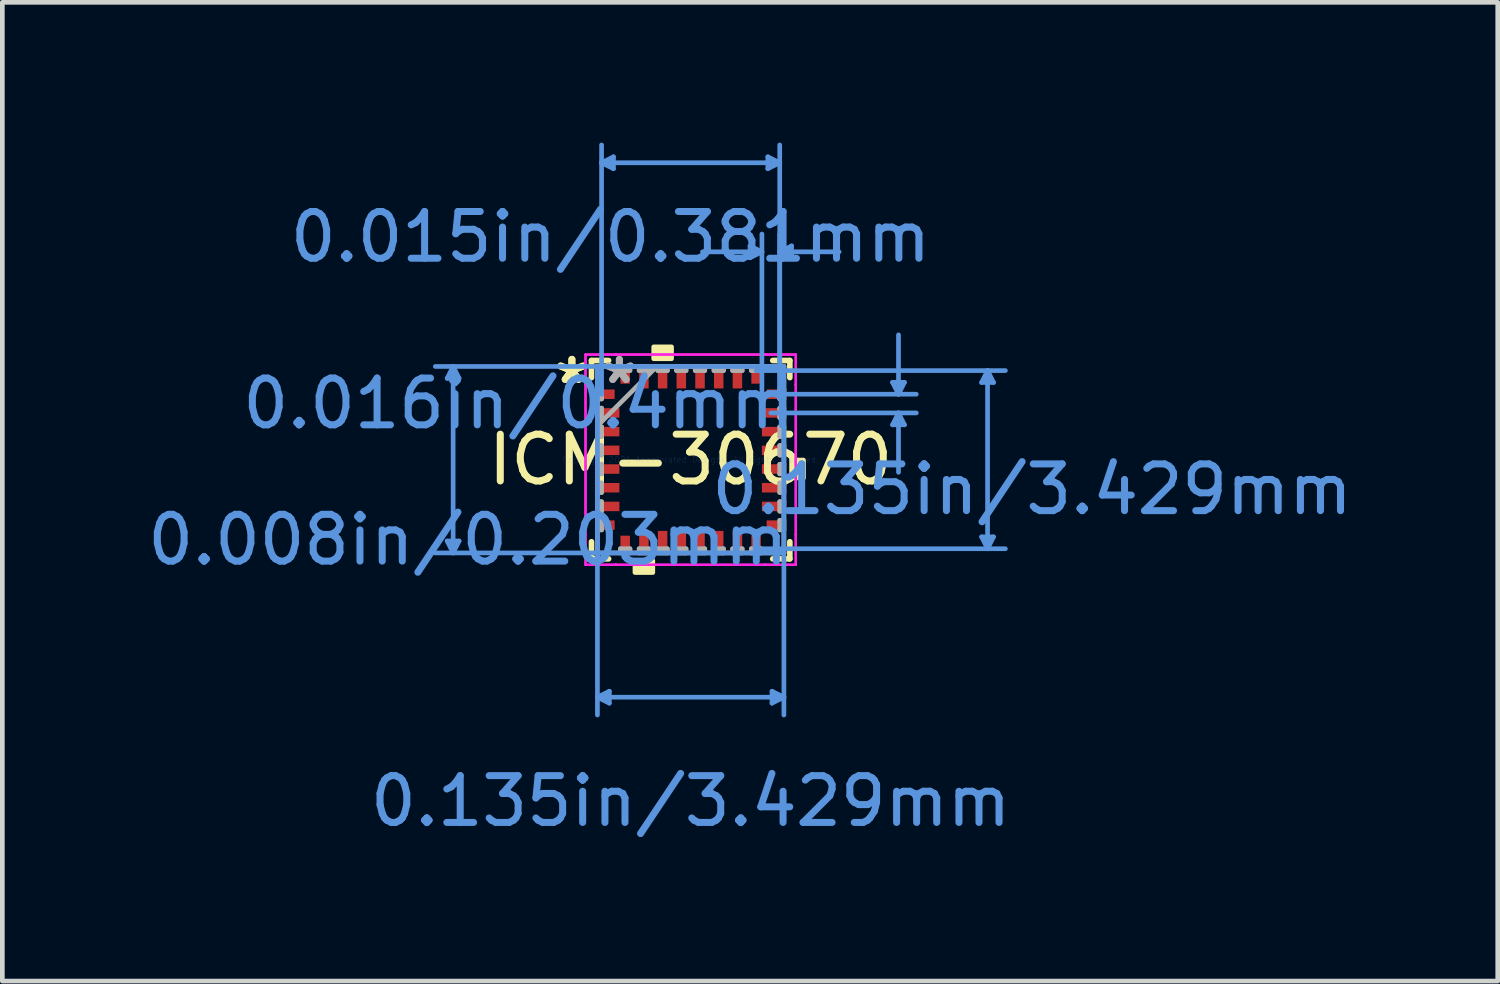
<source format=kicad_pcb>
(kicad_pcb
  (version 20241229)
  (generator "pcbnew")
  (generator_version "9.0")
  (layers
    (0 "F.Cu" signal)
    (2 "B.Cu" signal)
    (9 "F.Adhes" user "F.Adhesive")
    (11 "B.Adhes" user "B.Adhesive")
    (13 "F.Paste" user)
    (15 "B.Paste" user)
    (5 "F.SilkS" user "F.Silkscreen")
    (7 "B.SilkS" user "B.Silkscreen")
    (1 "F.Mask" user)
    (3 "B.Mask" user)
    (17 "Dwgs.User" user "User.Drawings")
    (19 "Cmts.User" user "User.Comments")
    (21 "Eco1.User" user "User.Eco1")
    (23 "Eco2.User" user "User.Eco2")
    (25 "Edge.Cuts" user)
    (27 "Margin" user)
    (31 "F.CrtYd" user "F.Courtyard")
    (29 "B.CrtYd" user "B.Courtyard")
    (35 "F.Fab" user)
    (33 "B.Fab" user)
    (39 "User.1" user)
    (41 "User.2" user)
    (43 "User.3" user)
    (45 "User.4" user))
  (footprint "ICM-30670"
    (layer "F.Cu")
    (at 11.721 6.781)
    (property "Reference" "ICM-30670" (at 0 0 0) (layer "F.SilkS") (effects (font (size 1 1) (thickness 0.15))))
    (attr through_hole)
    (fp_line (start -2.121 -2.121) (end -2.121 -1.755) (stroke (width 0.12) (type solid)) (layer "F.SilkS"))
    (fp_line (start -2.121 1.755) (end -2.121 2.121) (stroke (width 0.12) (type solid)) (layer "F.SilkS"))
    (fp_line (start -2.121 2.121) (end -1.755 2.121) (stroke (width 0.12) (type solid)) (layer "F.SilkS"))
    (fp_line (start -1.755 -2.121) (end -2.121 -2.121) (stroke (width 0.12) (type solid)) (layer "F.SilkS"))
    (fp_line (start 1.755 2.121) (end 2.121 2.121) (stroke (width 0.12) (type solid)) (layer "F.SilkS"))
    (fp_line (start 2.121 -2.121) (end 1.755 -2.121) (stroke (width 0.12) (type solid)) (layer "F.SilkS"))
    (fp_line (start 2.121 -1.755) (end 2.121 -2.121) (stroke (width 0.12) (type solid)) (layer "F.SilkS"))
    (fp_line (start 2.121 2.121) (end 2.121 1.755) (stroke (width 0.12) (type solid)) (layer "F.SilkS"))
    (fp_poly (pts (xy -1.191 2.159) (xy -1.191 2.413) (xy -0.81 2.413) (xy -0.81 2.159)) (stroke (width 0.1) (type solid)) (fill yes) (layer "F.SilkS"))
    (fp_poly (pts (xy -0.79 -2.159) (xy -0.79 -2.413) (xy -0.409 -2.413) (xy -0.409 -2.159)) (stroke (width 0.1) (type solid)) (fill yes) (layer "F.SilkS"))
    (fp_poly (pts (xy 2.413 0.009) (xy 2.413 0.391) (xy 2.159 0.391) (xy 2.159 0.009)) (stroke (width 0.1) (type solid)) (fill yes) (layer "F.SilkS"))
    (fp_line (start -5.207 -1.74) (end -4.953 -1.74) (stroke (width 0.1) (type solid)) (layer "Cmts.User"))
    (fp_line (start -5.207 1.74) (end -4.953 1.74) (stroke (width 0.1) (type solid)) (layer "Cmts.User"))
    (fp_line (start -5.08 -1.994) (end -5.207 -1.74) (stroke (width 0.1) (type solid)) (layer "Cmts.User"))
    (fp_line (start -5.08 -1.994) (end -5.08 1.994) (stroke (width 0.1) (type solid)) (layer "Cmts.User"))
    (fp_line (start -5.08 -1.994) (end -4.953 -1.74) (stroke (width 0.1) (type solid)) (layer "Cmts.User"))
    (fp_line (start -5.08 1.994) (end -5.207 1.74) (stroke (width 0.1) (type solid)) (layer "Cmts.User"))
    (fp_line (start -5.08 1.994) (end -4.953 1.74) (stroke (width 0.1) (type solid)) (layer "Cmts.User"))
    (fp_line (start -1.994 -1.994) (end -1.994 5.461) (stroke (width 0.1) (type solid)) (layer "Cmts.User"))
    (fp_line (start -1.994 5.08) (end -1.74 4.953) (stroke (width 0.1) (type solid)) (layer "Cmts.User"))
    (fp_line (start -1.994 5.08) (end -1.74 5.207) (stroke (width 0.1) (type solid)) (layer "Cmts.User"))
    (fp_line (start -1.994 5.08) (end 1.994 5.08) (stroke (width 0.1) (type solid)) (layer "Cmts.User"))
    (fp_line (start -1.905 -6.35) (end -1.651 -6.477) (stroke (width 0.1) (type solid)) (layer "Cmts.User"))
    (fp_line (start -1.905 -6.35) (end -1.651 -6.223) (stroke (width 0.1) (type solid)) (layer "Cmts.User"))
    (fp_line (start -1.905 -6.35) (end 1.905 -6.35) (stroke (width 0.1) (type solid)) (layer "Cmts.User"))
    (fp_line (start -1.905 -1.4) (end -1.905 -6.731) (stroke (width 0.1) (type solid)) (layer "Cmts.User"))
    (fp_line (start -1.74 4.953) (end -1.74 5.207) (stroke (width 0.1) (type solid)) (layer "Cmts.User"))
    (fp_line (start -1.651 -6.477) (end -1.651 -6.223) (stroke (width 0.1) (type solid)) (layer "Cmts.User"))
    (fp_line (start 1.27 -4.572) (end 1.27 -4.318) (stroke (width 0.1) (type solid)) (layer "Cmts.User"))
    (fp_line (start 1.4 -1.905) (end 6.731 -1.905) (stroke (width 0.1) (type solid)) (layer "Cmts.User"))
    (fp_line (start 1.4 1.905) (end 6.731 1.905) (stroke (width 0.1) (type solid)) (layer "Cmts.User"))
    (fp_line (start 1.524 -4.445) (end 0.254 -4.445) (stroke (width 0.1) (type solid)) (layer "Cmts.User"))
    (fp_line (start 1.524 -4.445) (end 1.27 -4.572) (stroke (width 0.1) (type solid)) (layer "Cmts.User"))
    (fp_line (start 1.524 -4.445) (end 1.27 -4.318) (stroke (width 0.1) (type solid)) (layer "Cmts.User"))
    (fp_line (start 1.524 -1.4) (end 1.524 -4.826) (stroke (width 0.1) (type solid)) (layer "Cmts.User"))
    (fp_line (start 1.651 -6.477) (end 1.651 -6.223) (stroke (width 0.1) (type solid)) (layer "Cmts.User"))
    (fp_line (start 1.714 -1.4) (end 4.826 -1.4) (stroke (width 0.1) (type solid)) (layer "Cmts.User"))
    (fp_line (start 1.714 -1) (end 4.826 -1) (stroke (width 0.1) (type solid)) (layer "Cmts.User"))
    (fp_line (start 1.74 4.953) (end 1.74 5.207) (stroke (width 0.1) (type solid)) (layer "Cmts.User"))
    (fp_line (start 1.905 -6.35) (end 1.651 -6.477) (stroke (width 0.1) (type solid)) (layer "Cmts.User"))
    (fp_line (start 1.905 -6.35) (end 1.651 -6.223) (stroke (width 0.1) (type solid)) (layer "Cmts.User"))
    (fp_line (start 1.905 -4.445) (end 2.159 -4.572) (stroke (width 0.1) (type solid)) (layer "Cmts.User"))
    (fp_line (start 1.905 -4.445) (end 2.159 -4.318) (stroke (width 0.1) (type solid)) (layer "Cmts.User"))
    (fp_line (start 1.905 -4.445) (end 3.175 -4.445) (stroke (width 0.1) (type solid)) (layer "Cmts.User"))
    (fp_line (start 1.905 -1.4) (end 1.905 -6.731) (stroke (width 0.1) (type solid)) (layer "Cmts.User"))
    (fp_line (start 1.905 -1.4) (end 1.905 -4.826) (stroke (width 0.1) (type solid)) (layer "Cmts.User"))
    (fp_line (start 1.994 -1.994) (end -5.461 -1.994) (stroke (width 0.1) (type solid)) (layer "Cmts.User"))
    (fp_line (start 1.994 -1.994) (end 1.994 5.461) (stroke (width 0.1) (type solid)) (layer "Cmts.User"))
    (fp_line (start 1.994 1.994) (end -5.461 1.994) (stroke (width 0.1) (type solid)) (layer "Cmts.User"))
    (fp_line (start 1.994 5.08) (end 1.74 4.953) (stroke (width 0.1) (type solid)) (layer "Cmts.User"))
    (fp_line (start 1.994 5.08) (end 1.74 5.207) (stroke (width 0.1) (type solid)) (layer "Cmts.User"))
    (fp_line (start 2.159 -4.572) (end 2.159 -4.318) (stroke (width 0.1) (type solid)) (layer "Cmts.User"))
    (fp_line (start 4.318 -1.654) (end 4.572 -1.654) (stroke (width 0.1) (type solid)) (layer "Cmts.User"))
    (fp_line (start 4.318 -0.746) (end 4.572 -0.746) (stroke (width 0.1) (type solid)) (layer "Cmts.User"))
    (fp_line (start 4.445 -1.4) (end 4.318 -1.654) (stroke (width 0.1) (type solid)) (layer "Cmts.User"))
    (fp_line (start 4.445 -1.4) (end 4.445 -2.67) (stroke (width 0.1) (type solid)) (layer "Cmts.User"))
    (fp_line (start 4.445 -1.4) (end 4.572 -1.654) (stroke (width 0.1) (type solid)) (layer "Cmts.User"))
    (fp_line (start 4.445 -1) (end 4.318 -0.746) (stroke (width 0.1) (type solid)) (layer "Cmts.User"))
    (fp_line (start 4.445 -1) (end 4.445 0.27) (stroke (width 0.1) (type solid)) (layer "Cmts.User"))
    (fp_line (start 4.445 -1) (end 4.572 -0.746) (stroke (width 0.1) (type solid)) (layer "Cmts.User"))
    (fp_line (start 6.223 -1.651) (end 6.477 -1.651) (stroke (width 0.1) (type solid)) (layer "Cmts.User"))
    (fp_line (start 6.223 1.651) (end 6.477 1.651) (stroke (width 0.1) (type solid)) (layer "Cmts.User"))
    (fp_line (start 6.35 -1.905) (end 6.223 -1.651) (stroke (width 0.1) (type solid)) (layer "Cmts.User"))
    (fp_line (start 6.35 -1.905) (end 6.35 1.905) (stroke (width 0.1) (type solid)) (layer "Cmts.User"))
    (fp_line (start 6.35 -1.905) (end 6.477 -1.651) (stroke (width 0.1) (type solid)) (layer "Cmts.User"))
    (fp_line (start 6.35 1.905) (end 6.223 1.651) (stroke (width 0.1) (type solid)) (layer "Cmts.User"))
    (fp_line (start 6.35 1.905) (end 6.477 1.651) (stroke (width 0.1) (type solid)) (layer "Cmts.User"))
    (fp_line (start -2.248 -2.248) (end -1.6 -2.248) (stroke (width 0.05) (type solid)) (layer "F.CrtYd"))
    (fp_line (start -2.248 -2.248) (end -1.6 -2.248) (stroke (width 0.05) (type solid)) (layer "F.CrtYd"))
    (fp_line (start -2.248 -1.6) (end -2.248 -2.248) (stroke (width 0.05) (type solid)) (layer "F.CrtYd"))
    (fp_line (start -2.248 -1.6) (end -2.248 -2.248) (stroke (width 0.05) (type solid)) (layer "F.CrtYd"))
    (fp_line (start -2.248 -1.6) (end -2.248 -1.6) (stroke (width 0.05) (type solid)) (layer "F.CrtYd"))
    (fp_line (start -2.248 -1.6) (end -2.248 -1.6) (stroke (width 0.05) (type solid)) (layer "F.CrtYd"))
    (fp_line (start -2.248 1.6) (end -2.248 -1.6) (stroke (width 0.05) (type solid)) (layer "F.CrtYd"))
    (fp_line (start -2.248 1.6) (end -2.248 -1.6) (stroke (width 0.05) (type solid)) (layer "F.CrtYd"))
    (fp_line (start -2.248 1.6) (end -2.248 1.6) (stroke (width 0.05) (type solid)) (layer "F.CrtYd"))
    (fp_line (start -2.248 1.6) (end -2.248 1.6) (stroke (width 0.05) (type solid)) (layer "F.CrtYd"))
    (fp_line (start -2.248 2.248) (end -2.248 1.6) (stroke (width 0.05) (type solid)) (layer "F.CrtYd"))
    (fp_line (start -2.248 2.248) (end -2.248 1.6) (stroke (width 0.05) (type solid)) (layer "F.CrtYd"))
    (fp_line (start -1.6 -2.248) (end -1.6 -2.248) (stroke (width 0.05) (type solid)) (layer "F.CrtYd"))
    (fp_line (start -1.6 -2.248) (end -1.6 -2.248) (stroke (width 0.05) (type solid)) (layer "F.CrtYd"))
    (fp_line (start -1.6 -2.248) (end 1.6 -2.248) (stroke (width 0.05) (type solid)) (layer "F.CrtYd"))
    (fp_line (start -1.6 -2.248) (end 1.6 -2.248) (stroke (width 0.05) (type solid)) (layer "F.CrtYd"))
    (fp_line (start -1.6 2.248) (end -2.248 2.248) (stroke (width 0.05) (type solid)) (layer "F.CrtYd"))
    (fp_line (start -1.6 2.248) (end -2.248 2.248) (stroke (width 0.05) (type solid)) (layer "F.CrtYd"))
    (fp_line (start -1.6 2.248) (end -1.6 2.248) (stroke (width 0.05) (type solid)) (layer "F.CrtYd"))
    (fp_line (start -1.6 2.248) (end -1.6 2.248) (stroke (width 0.05) (type solid)) (layer "F.CrtYd"))
    (fp_line (start 1.6 -2.248) (end 1.6 -2.248) (stroke (width 0.05) (type solid)) (layer "F.CrtYd"))
    (fp_line (start 1.6 -2.248) (end 1.6 -2.248) (stroke (width 0.05) (type solid)) (layer "F.CrtYd"))
    (fp_line (start 1.6 -2.248) (end 2.248 -2.248) (stroke (width 0.05) (type solid)) (layer "F.CrtYd"))
    (fp_line (start 1.6 -2.248) (end 2.248 -2.248) (stroke (width 0.05) (type solid)) (layer "F.CrtYd"))
    (fp_line (start 1.6 2.248) (end -1.6 2.248) (stroke (width 0.05) (type solid)) (layer "F.CrtYd"))
    (fp_line (start 1.6 2.248) (end -1.6 2.248) (stroke (width 0.05) (type solid)) (layer "F.CrtYd"))
    (fp_line (start 1.6 2.248) (end 1.6 2.248) (stroke (width 0.05) (type solid)) (layer "F.CrtYd"))
    (fp_line (start 1.6 2.248) (end 1.6 2.248) (stroke (width 0.05) (type solid)) (layer "F.CrtYd"))
    (fp_line (start 2.248 -2.248) (end 2.248 -1.6) (stroke (width 0.05) (type solid)) (layer "F.CrtYd"))
    (fp_line (start 2.248 -2.248) (end 2.248 -1.6) (stroke (width 0.05) (type solid)) (layer "F.CrtYd"))
    (fp_line (start 2.248 -1.6) (end 2.248 -1.6) (stroke (width 0.05) (type solid)) (layer "F.CrtYd"))
    (fp_line (start 2.248 -1.6) (end 2.248 -1.6) (stroke (width 0.05) (type solid)) (layer "F.CrtYd"))
    (fp_line (start 2.248 -1.6) (end 2.248 1.6) (stroke (width 0.05) (type solid)) (layer "F.CrtYd"))
    (fp_line (start 2.248 -1.6) (end 2.248 1.6) (stroke (width 0.05) (type solid)) (layer "F.CrtYd"))
    (fp_line (start 2.248 1.6) (end 2.248 1.6) (stroke (width 0.05) (type solid)) (layer "F.CrtYd"))
    (fp_line (start 2.248 1.6) (end 2.248 1.6) (stroke (width 0.05) (type solid)) (layer "F.CrtYd"))
    (fp_line (start 2.248 1.6) (end 2.248 2.248) (stroke (width 0.05) (type solid)) (layer "F.CrtYd"))
    (fp_line (start 2.248 1.6) (end 2.248 2.248) (stroke (width 0.05) (type solid)) (layer "F.CrtYd"))
    (fp_line (start 2.248 2.248) (end 1.6 2.248) (stroke (width 0.05) (type solid)) (layer "F.CrtYd"))
    (fp_line (start 2.248 2.248) (end 1.6 2.248) (stroke (width 0.05) (type solid)) (layer "F.CrtYd"))
    (fp_line (start -1.994 -1.994) (end -1.994 -1.994) (stroke (width 0.1) (type solid)) (layer "F.Fab"))
    (fp_line (start -1.994 -1.994) (end -1.994 1.994) (stroke (width 0.1) (type solid)) (layer "F.Fab"))
    (fp_line (start -1.994 -1.502) (end -1.905 -1.502) (stroke (width 0.1) (type solid)) (layer "F.Fab"))
    (fp_line (start -1.994 -1.298) (end -1.994 -1.502) (stroke (width 0.1) (type solid)) (layer "F.Fab"))
    (fp_line (start -1.994 -1.102) (end -1.905 -1.102) (stroke (width 0.1) (type solid)) (layer "F.Fab"))
    (fp_line (start -1.994 -0.898) (end -1.994 -1.102) (stroke (width 0.1) (type solid)) (layer "F.Fab"))
    (fp_line (start -1.994 -0.724) (end -0.724 -1.994) (stroke (width 0.1) (type solid)) (layer "F.Fab"))
    (fp_line (start -1.994 -0.702) (end -1.905 -0.702) (stroke (width 0.1) (type solid)) (layer "F.Fab"))
    (fp_line (start -1.994 -0.498) (end -1.994 -0.702) (stroke (width 0.1) (type solid)) (layer "F.Fab"))
    (fp_line (start -1.994 -0.302) (end -1.905 -0.302) (stroke (width 0.1) (type solid)) (layer "F.Fab"))
    (fp_line (start -1.994 -0.098) (end -1.994 -0.302) (stroke (width 0.1) (type solid)) (layer "F.Fab"))
    (fp_line (start -1.994 0.098) (end -1.905 0.098) (stroke (width 0.1) (type solid)) (layer "F.Fab"))
    (fp_line (start -1.994 0.302) (end -1.994 0.098) (stroke (width 0.1) (type solid)) (layer "F.Fab"))
    (fp_line (start -1.994 0.498) (end -1.905 0.498) (stroke (width 0.1) (type solid)) (layer "F.Fab"))
    (fp_line (start -1.994 0.702) (end -1.994 0.498) (stroke (width 0.1) (type solid)) (layer "F.Fab"))
    (fp_line (start -1.994 0.898) (end -1.905 0.898) (stroke (width 0.1) (type solid)) (layer "F.Fab"))
    (fp_line (start -1.994 1.102) (end -1.994 0.898) (stroke (width 0.1) (type solid)) (layer "F.Fab"))
    (fp_line (start -1.994 1.298) (end -1.905 1.298) (stroke (width 0.1) (type solid)) (layer "F.Fab"))
    (fp_line (start -1.994 1.502) (end -1.994 1.298) (stroke (width 0.1) (type solid)) (layer "F.Fab"))
    (fp_line (start -1.994 1.994) (end -1.994 1.994) (stroke (width 0.1) (type solid)) (layer "F.Fab"))
    (fp_line (start -1.994 1.994) (end 1.994 1.994) (stroke (width 0.1) (type solid)) (layer "F.Fab"))
    (fp_line (start -1.905 -1.502) (end -1.905 -1.298) (stroke (width 0.1) (type solid)) (layer "F.Fab"))
    (fp_line (start -1.905 -1.298) (end -1.994 -1.298) (stroke (width 0.1) (type solid)) (layer "F.Fab"))
    (fp_line (start -1.905 -1.102) (end -1.905 -0.898) (stroke (width 0.1) (type solid)) (layer "F.Fab"))
    (fp_line (start -1.905 -0.898) (end -1.994 -0.898) (stroke (width 0.1) (type solid)) (layer "F.Fab"))
    (fp_line (start -1.905 -0.702) (end -1.905 -0.498) (stroke (width 0.1) (type solid)) (layer "F.Fab"))
    (fp_line (start -1.905 -0.498) (end -1.994 -0.498) (stroke (width 0.1) (type solid)) (layer "F.Fab"))
    (fp_line (start -1.905 -0.302) (end -1.905 -0.098) (stroke (width 0.1) (type solid)) (layer "F.Fab"))
    (fp_line (start -1.905 -0.098) (end -1.994 -0.098) (stroke (width 0.1) (type solid)) (layer "F.Fab"))
    (fp_line (start -1.905 0.098) (end -1.905 0.302) (stroke (width 0.1) (type solid)) (layer "F.Fab"))
    (fp_line (start -1.905 0.302) (end -1.994 0.302) (stroke (width 0.1) (type solid)) (layer "F.Fab"))
    (fp_line (start -1.905 0.498) (end -1.905 0.702) (stroke (width 0.1) (type solid)) (layer "F.Fab"))
    (fp_line (start -1.905 0.702) (end -1.994 0.702) (stroke (width 0.1) (type solid)) (layer "F.Fab"))
    (fp_line (start -1.905 0.898) (end -1.905 1.102) (stroke (width 0.1) (type solid)) (layer "F.Fab"))
    (fp_line (start -1.905 1.102) (end -1.994 1.102) (stroke (width 0.1) (type solid)) (layer "F.Fab"))
    (fp_line (start -1.905 1.298) (end -1.905 1.502) (stroke (width 0.1) (type solid)) (layer "F.Fab"))
    (fp_line (start -1.905 1.502) (end -1.994 1.502) (stroke (width 0.1) (type solid)) (layer "F.Fab"))
    (fp_line (start -1.502 -1.994) (end -1.298 -1.994) (stroke (width 0.1) (type solid)) (layer "F.Fab"))
    (fp_line (start -1.502 -1.905) (end -1.502 -1.994) (stroke (width 0.1) (type solid)) (layer "F.Fab"))
    (fp_line (start -1.502 1.905) (end -1.298 1.905) (stroke (width 0.1) (type solid)) (layer "F.Fab"))
    (fp_line (start -1.502 1.994) (end -1.502 1.905) (stroke (width 0.1) (type solid)) (layer "F.Fab"))
    (fp_line (start -1.298 -1.994) (end -1.298 -1.905) (stroke (width 0.1) (type solid)) (layer "F.Fab"))
    (fp_line (start -1.298 -1.905) (end -1.502 -1.905) (stroke (width 0.1) (type solid)) (layer "F.Fab"))
    (fp_line (start -1.298 1.905) (end -1.298 1.994) (stroke (width 0.1) (type solid)) (layer "F.Fab"))
    (fp_line (start -1.298 1.994) (end -1.502 1.994) (stroke (width 0.1) (type solid)) (layer "F.Fab"))
    (fp_line (start -1.102 -1.994) (end -0.898 -1.994) (stroke (width 0.1) (type solid)) (layer "F.Fab"))
    (fp_line (start -1.102 -1.905) (end -1.102 -1.994) (stroke (width 0.1) (type solid)) (layer "F.Fab"))
    (fp_line (start -1.102 1.905) (end -0.898 1.905) (stroke (width 0.1) (type solid)) (layer "F.Fab"))
    (fp_line (start -1.102 1.994) (end -1.102 1.905) (stroke (width 0.1) (type solid)) (layer "F.Fab"))
    (fp_line (start -0.898 -1.994) (end -0.898 -1.905) (stroke (width 0.1) (type solid)) (layer "F.Fab"))
    (fp_line (start -0.898 -1.905) (end -1.102 -1.905) (stroke (width 0.1) (type solid)) (layer "F.Fab"))
    (fp_line (start -0.898 1.905) (end -0.898 1.994) (stroke (width 0.1) (type solid)) (layer "F.Fab"))
    (fp_line (start -0.898 1.994) (end -1.102 1.994) (stroke (width 0.1) (type solid)) (layer "F.Fab"))
    (fp_line (start -0.702 -1.994) (end -0.498 -1.994) (stroke (width 0.1) (type solid)) (layer "F.Fab"))
    (fp_line (start -0.702 -1.905) (end -0.702 -1.994) (stroke (width 0.1) (type solid)) (layer "F.Fab"))
    (fp_line (start -0.702 1.905) (end -0.498 1.905) (stroke (width 0.1) (type solid)) (layer "F.Fab"))
    (fp_line (start -0.702 1.994) (end -0.702 1.905) (stroke (width 0.1) (type solid)) (layer "F.Fab"))
    (fp_line (start -0.498 -1.994) (end -0.498 -1.905) (stroke (width 0.1) (type solid)) (layer "F.Fab"))
    (fp_line (start -0.498 -1.905) (end -0.702 -1.905) (stroke (width 0.1) (type solid)) (layer "F.Fab"))
    (fp_line (start -0.498 1.905) (end -0.498 1.994) (stroke (width 0.1) (type solid)) (layer "F.Fab"))
    (fp_line (start -0.498 1.994) (end -0.702 1.994) (stroke (width 0.1) (type solid)) (layer "F.Fab"))
    (fp_line (start -0.302 -1.994) (end -0.098 -1.994) (stroke (width 0.1) (type solid)) (layer "F.Fab"))
    (fp_line (start -0.302 -1.905) (end -0.302 -1.994) (stroke (width 0.1) (type solid)) (layer "F.Fab"))
    (fp_line (start -0.302 1.905) (end -0.098 1.905) (stroke (width 0.1) (type solid)) (layer "F.Fab"))
    (fp_line (start -0.302 1.994) (end -0.302 1.905) (stroke (width 0.1) (type solid)) (layer "F.Fab"))
    (fp_line (start -0.098 -1.994) (end -0.098 -1.905) (stroke (width 0.1) (type solid)) (layer "F.Fab"))
    (fp_line (start -0.098 -1.905) (end -0.302 -1.905) (stroke (width 0.1) (type solid)) (layer "F.Fab"))
    (fp_line (start -0.098 1.905) (end -0.098 1.994) (stroke (width 0.1) (type solid)) (layer "F.Fab"))
    (fp_line (start -0.098 1.994) (end -0.302 1.994) (stroke (width 0.1) (type solid)) (layer "F.Fab"))
    (fp_line (start 0.098 -1.994) (end 0.302 -1.994) (stroke (width 0.1) (type solid)) (layer "F.Fab"))
    (fp_line (start 0.098 -1.905) (end 0.098 -1.994) (stroke (width 0.1) (type solid)) (layer "F.Fab"))
    (fp_line (start 0.098 1.905) (end 0.302 1.905) (stroke (width 0.1) (type solid)) (layer "F.Fab"))
    (fp_line (start 0.098 1.994) (end 0.098 1.905) (stroke (width 0.1) (type solid)) (layer "F.Fab"))
    (fp_line (start 0.302 -1.994) (end 0.302 -1.905) (stroke (width 0.1) (type solid)) (layer "F.Fab"))
    (fp_line (start 0.302 -1.905) (end 0.098 -1.905) (stroke (width 0.1) (type solid)) (layer "F.Fab"))
    (fp_line (start 0.302 1.905) (end 0.302 1.994) (stroke (width 0.1) (type solid)) (layer "F.Fab"))
    (fp_line (start 0.302 1.994) (end 0.098 1.994) (stroke (width 0.1) (type solid)) (layer "F.Fab"))
    (fp_line (start 0.498 -1.994) (end 0.702 -1.994) (stroke (width 0.1) (type solid)) (layer "F.Fab"))
    (fp_line (start 0.498 -1.905) (end 0.498 -1.994) (stroke (width 0.1) (type solid)) (layer "F.Fab"))
    (fp_line (start 0.498 1.905) (end 0.702 1.905) (stroke (width 0.1) (type solid)) (layer "F.Fab"))
    (fp_line (start 0.498 1.994) (end 0.498 1.905) (stroke (width 0.1) (type solid)) (layer "F.Fab"))
    (fp_line (start 0.702 -1.994) (end 0.702 -1.905) (stroke (width 0.1) (type solid)) (layer "F.Fab"))
    (fp_line (start 0.702 -1.905) (end 0.498 -1.905) (stroke (width 0.1) (type solid)) (layer "F.Fab"))
    (fp_line (start 0.702 1.905) (end 0.702 1.994) (stroke (width 0.1) (type solid)) (layer "F.Fab"))
    (fp_line (start 0.702 1.994) (end 0.498 1.994) (stroke (width 0.1) (type solid)) (layer "F.Fab"))
    (fp_line (start 0.898 -1.994) (end 1.102 -1.994) (stroke (width 0.1) (type solid)) (layer "F.Fab"))
    (fp_line (start 0.898 -1.905) (end 0.898 -1.994) (stroke (width 0.1) (type solid)) (layer "F.Fab"))
    (fp_line (start 0.898 1.905) (end 1.102 1.905) (stroke (width 0.1) (type solid)) (layer "F.Fab"))
    (fp_line (start 0.898 1.994) (end 0.898 1.905) (stroke (width 0.1) (type solid)) (layer "F.Fab"))
    (fp_line (start 1.102 -1.994) (end 1.102 -1.905) (stroke (width 0.1) (type solid)) (layer "F.Fab"))
    (fp_line (start 1.102 -1.905) (end 0.898 -1.905) (stroke (width 0.1) (type solid)) (layer "F.Fab"))
    (fp_line (start 1.102 1.905) (end 1.102 1.994) (stroke (width 0.1) (type solid)) (layer "F.Fab"))
    (fp_line (start 1.102 1.994) (end 0.898 1.994) (stroke (width 0.1) (type solid)) (layer "F.Fab"))
    (fp_line (start 1.298 -1.994) (end 1.502 -1.994) (stroke (width 0.1) (type solid)) (layer "F.Fab"))
    (fp_line (start 1.298 -1.905) (end 1.298 -1.994) (stroke (width 0.1) (type solid)) (layer "F.Fab"))
    (fp_line (start 1.298 1.905) (end 1.502 1.905) (stroke (width 0.1) (type solid)) (layer "F.Fab"))
    (fp_line (start 1.298 1.994) (end 1.298 1.905) (stroke (width 0.1) (type solid)) (layer "F.Fab"))
    (fp_line (start 1.502 -1.994) (end 1.502 -1.905) (stroke (width 0.1) (type solid)) (layer "F.Fab"))
    (fp_line (start 1.502 -1.905) (end 1.298 -1.905) (stroke (width 0.1) (type solid)) (layer "F.Fab"))
    (fp_line (start 1.502 1.905) (end 1.502 1.994) (stroke (width 0.1) (type solid)) (layer "F.Fab"))
    (fp_line (start 1.502 1.994) (end 1.298 1.994) (stroke (width 0.1) (type solid)) (layer "F.Fab"))
    (fp_line (start 1.905 -1.502) (end 1.994 -1.502) (stroke (width 0.1) (type solid)) (layer "F.Fab"))
    (fp_line (start 1.905 -1.298) (end 1.905 -1.502) (stroke (width 0.1) (type solid)) (layer "F.Fab"))
    (fp_line (start 1.905 -1.102) (end 1.994 -1.102) (stroke (width 0.1) (type solid)) (layer "F.Fab"))
    (fp_line (start 1.905 -0.898) (end 1.905 -1.102) (stroke (width 0.1) (type solid)) (layer "F.Fab"))
    (fp_line (start 1.905 -0.702) (end 1.994 -0.702) (stroke (width 0.1) (type solid)) (layer "F.Fab"))
    (fp_line (start 1.905 -0.498) (end 1.905 -0.702) (stroke (width 0.1) (type solid)) (layer "F.Fab"))
    (fp_line (start 1.905 -0.302) (end 1.994 -0.302) (stroke (width 0.1) (type solid)) (layer "F.Fab"))
    (fp_line (start 1.905 -0.098) (end 1.905 -0.302) (stroke (width 0.1) (type solid)) (layer "F.Fab"))
    (fp_line (start 1.905 0.098) (end 1.994 0.098) (stroke (width 0.1) (type solid)) (layer "F.Fab"))
    (fp_line (start 1.905 0.302) (end 1.905 0.098) (stroke (width 0.1) (type solid)) (layer "F.Fab"))
    (fp_line (start 1.905 0.498) (end 1.994 0.498) (stroke (width 0.1) (type solid)) (layer "F.Fab"))
    (fp_line (start 1.905 0.702) (end 1.905 0.498) (stroke (width 0.1) (type solid)) (layer "F.Fab"))
    (fp_line (start 1.905 0.898) (end 1.994 0.898) (stroke (width 0.1) (type solid)) (layer "F.Fab"))
    (fp_line (start 1.905 1.102) (end 1.905 0.898) (stroke (width 0.1) (type solid)) (layer "F.Fab"))
    (fp_line (start 1.905 1.298) (end 1.994 1.298) (stroke (width 0.1) (type solid)) (layer "F.Fab"))
    (fp_line (start 1.905 1.502) (end 1.905 1.298) (stroke (width 0.1) (type solid)) (layer "F.Fab"))
    (fp_line (start 1.994 -1.994) (end -1.994 -1.994) (stroke (width 0.1) (type solid)) (layer "F.Fab"))
    (fp_line (start 1.994 -1.994) (end 1.994 -1.994) (stroke (width 0.1) (type solid)) (layer "F.Fab"))
    (fp_line (start 1.994 -1.502) (end 1.994 -1.298) (stroke (width 0.1) (type solid)) (layer "F.Fab"))
    (fp_line (start 1.994 -1.298) (end 1.905 -1.298) (stroke (width 0.1) (type solid)) (layer "F.Fab"))
    (fp_line (start 1.994 -1.102) (end 1.994 -0.898) (stroke (width 0.1) (type solid)) (layer "F.Fab"))
    (fp_line (start 1.994 -0.898) (end 1.905 -0.898) (stroke (width 0.1) (type solid)) (layer "F.Fab"))
    (fp_line (start 1.994 -0.702) (end 1.994 -0.498) (stroke (width 0.1) (type solid)) (layer "F.Fab"))
    (fp_line (start 1.994 -0.498) (end 1.905 -0.498) (stroke (width 0.1) (type solid)) (layer "F.Fab"))
    (fp_line (start 1.994 -0.302) (end 1.994 -0.098) (stroke (width 0.1) (type solid)) (layer "F.Fab"))
    (fp_line (start 1.994 -0.098) (end 1.905 -0.098) (stroke (width 0.1) (type solid)) (layer "F.Fab"))
    (fp_line (start 1.994 0.098) (end 1.994 0.302) (stroke (width 0.1) (type solid)) (layer "F.Fab"))
    (fp_line (start 1.994 0.302) (end 1.905 0.302) (stroke (width 0.1) (type solid)) (layer "F.Fab"))
    (fp_line (start 1.994 0.498) (end 1.994 0.702) (stroke (width 0.1) (type solid)) (layer "F.Fab"))
    (fp_line (start 1.994 0.702) (end 1.905 0.702) (stroke (width 0.1) (type solid)) (layer "F.Fab"))
    (fp_line (start 1.994 0.898) (end 1.994 1.102) (stroke (width 0.1) (type solid)) (layer "F.Fab"))
    (fp_line (start 1.994 1.102) (end 1.905 1.102) (stroke (width 0.1) (type solid)) (layer "F.Fab"))
    (fp_line (start 1.994 1.298) (end 1.994 1.502) (stroke (width 0.1) (type solid)) (layer "F.Fab"))
    (fp_line (start 1.994 1.502) (end 1.905 1.502) (stroke (width 0.1) (type solid)) (layer "F.Fab"))
    (fp_line (start 1.994 1.994) (end 1.994 -1.994) (stroke (width 0.1) (type solid)) (layer "F.Fab"))
    (fp_line (start 1.994 1.994) (end 1.994 1.994) (stroke (width 0.1) (type solid)) (layer "F.Fab"))
    (fp_text user "*" (at -2.54 -1.6 0) (layer "F.SilkS") (effects (font (size 1 1) (thickness 0.15))))
    (fp_text user "*" (at -2.54 -1.6 0) (layer "F.SilkS") (effects (font (size 1 1) (thickness 0.15))))
    (fp_text user "0.135in/3.429mm" (at 7.303 0.635 0) (layer "Cmts.User") (effects (font (size 1 1) (thickness 0.15))))
    (fp_text user "0.008in/0.203mm" (at -4.763 1.714 0) (layer "Cmts.User") (effects (font (size 1 1) (thickness 0.15))))
    (fp_text user "Copyright 2021 Accelerated Designs. All rights reserved." (at 0 0 0) (layer "Cmts.User") (effects (font (size 0.127 0.127) (thickness 0.002))))
    (fp_text user "0.015in/0.381mm" (at -1.714 -4.763 0) (layer "Cmts.User") (effects (font (size 1 1) (thickness 0.15))))
    (fp_text user "0.135in/3.429mm" (at 0 7.303 0) (layer "Cmts.User") (effects (font (size 1 1) (thickness 0.15))))
    (fp_text user "0.016in/0.4mm" (at -3.683 -1.2 0) (layer "Cmts.User") (effects (font (size 1 1) (thickness 0.15))))
    (fp_text user "*" (at -1.524 -1.6 0) (layer "F.Fab") (effects (font (size 1 1) (thickness 0.15))))
    (fp_text user "*" (at -1.524 -1.6 0) (layer "F.Fab") (effects (font (size 1 1) (thickness 0.15))))
    (pad "1" smd rect (at -1.765 -1.4 90) (size 0.203 0.279) (layers "F.Cu" "F.Mask" "F.Paste"))
    (pad "2" smd rect (at -1.714 -1 90) (size 0.203 0.381) (layers "F.Cu" "F.Mask" "F.Paste"))
    (pad "3" smd rect (at -1.714 -0.6 90) (size 0.203 0.381) (layers "F.Cu" "F.Mask" "F.Paste"))
    (pad "4" smd rect (at -1.714 -0.2 90) (size 0.203 0.381) (layers "F.Cu" "F.Mask" "F.Paste"))
    (pad "5" smd rect (at -1.714 0.2 90) (size 0.203 0.381) (layers "F.Cu" "F.Mask" "F.Paste"))
    (pad "6" smd rect (at -1.714 0.6 90) (size 0.203 0.381) (layers "F.Cu" "F.Mask" "F.Paste"))
    (pad "7" smd rect (at -1.714 1 90) (size 0.203 0.381) (layers "F.Cu" "F.Mask" "F.Paste"))
    (pad "8" smd rect (at -1.765 1.4 90) (size 0.203 0.279) (layers "F.Cu" "F.Mask" "F.Paste"))
    (pad "9" smd rect (at -1.4 1.765) (size 0.203 0.279) (layers "F.Cu" "F.Mask" "F.Paste"))
    (pad "10" smd rect (at -1 1.714) (size 0.203 0.381) (layers "F.Cu" "F.Mask" "F.Paste"))
    (pad "11" smd rect (at -0.6 1.714) (size 0.203 0.381) (layers "F.Cu" "F.Mask" "F.Paste"))
    (pad "12" smd rect (at -0.2 1.714) (size 0.203 0.381) (layers "F.Cu" "F.Mask" "F.Paste"))
    (pad "13" smd rect (at 0.2 1.714) (size 0.203 0.381) (layers "F.Cu" "F.Mask" "F.Paste"))
    (pad "14" smd rect (at 0.6 1.714) (size 0.203 0.381) (layers "F.Cu" "F.Mask" "F.Paste"))
    (pad "15" smd rect (at 1 1.714) (size 0.203 0.381) (layers "F.Cu" "F.Mask" "F.Paste"))
    (pad "16" smd rect (at 1.4 1.765) (size 0.203 0.279) (layers "F.Cu" "F.Mask" "F.Paste"))
    (pad "17" smd rect (at 1.765 1.4 90) (size 0.203 0.279) (layers "F.Cu" "F.Mask" "F.Paste"))
    (pad "18" smd rect (at 1.714 1 90) (size 0.203 0.381) (layers "F.Cu" "F.Mask" "F.Paste"))
    (pad "19" smd rect (at 1.714 0.6 90) (size 0.203 0.381) (layers "F.Cu" "F.Mask" "F.Paste"))
    (pad "20" smd rect (at 1.714 0.2 90) (size 0.203 0.381) (layers "F.Cu" "F.Mask" "F.Paste"))
    (pad "21" smd rect (at 1.714 -0.2 90) (size 0.203 0.381) (layers "F.Cu" "F.Mask" "F.Paste"))
    (pad "22" smd rect (at 1.714 -0.6 90) (size 0.203 0.381) (layers "F.Cu" "F.Mask" "F.Paste"))
    (pad "23" smd rect (at 1.714 -1 90) (size 0.203 0.381) (layers "F.Cu" "F.Mask" "F.Paste"))
    (pad "24" smd rect (at 1.765 -1.4 90) (size 0.203 0.279) (layers "F.Cu" "F.Mask" "F.Paste"))
    (pad "25" smd rect (at 1.4 -1.765) (size 0.203 0.279) (layers "F.Cu" "F.Mask" "F.Paste"))
    (pad "26" smd rect (at 1 -1.714) (size 0.203 0.381) (layers "F.Cu" "F.Mask" "F.Paste"))
    (pad "27" smd rect (at 0.6 -1.714) (size 0.203 0.381) (layers "F.Cu" "F.Mask" "F.Paste"))
    (pad "28" smd rect (at 0.2 -1.714) (size 0.203 0.381) (layers "F.Cu" "F.Mask" "F.Paste"))
    (pad "29" smd rect (at -0.2 -1.714) (size 0.203 0.381) (layers "F.Cu" "F.Mask" "F.Paste"))
    (pad "30" smd rect (at -0.6 -1.714) (size 0.203 0.381) (layers "F.Cu" "F.Mask" "F.Paste"))
    (pad "31" smd rect (at -1 -1.714) (size 0.203 0.381) (layers "F.Cu" "F.Mask" "F.Paste"))
    (pad "32" smd rect (at -1.4 -1.765) (size 0.203 0.279) (layers "F.Cu" "F.Mask" "F.Paste")))
  (gr_rect
    (start -3 -3)
    (end 28.982 17.932)
    (stroke (width 0.1) (type default))
    (fill no)
    (layer "Edge.Cuts")))
</source>
